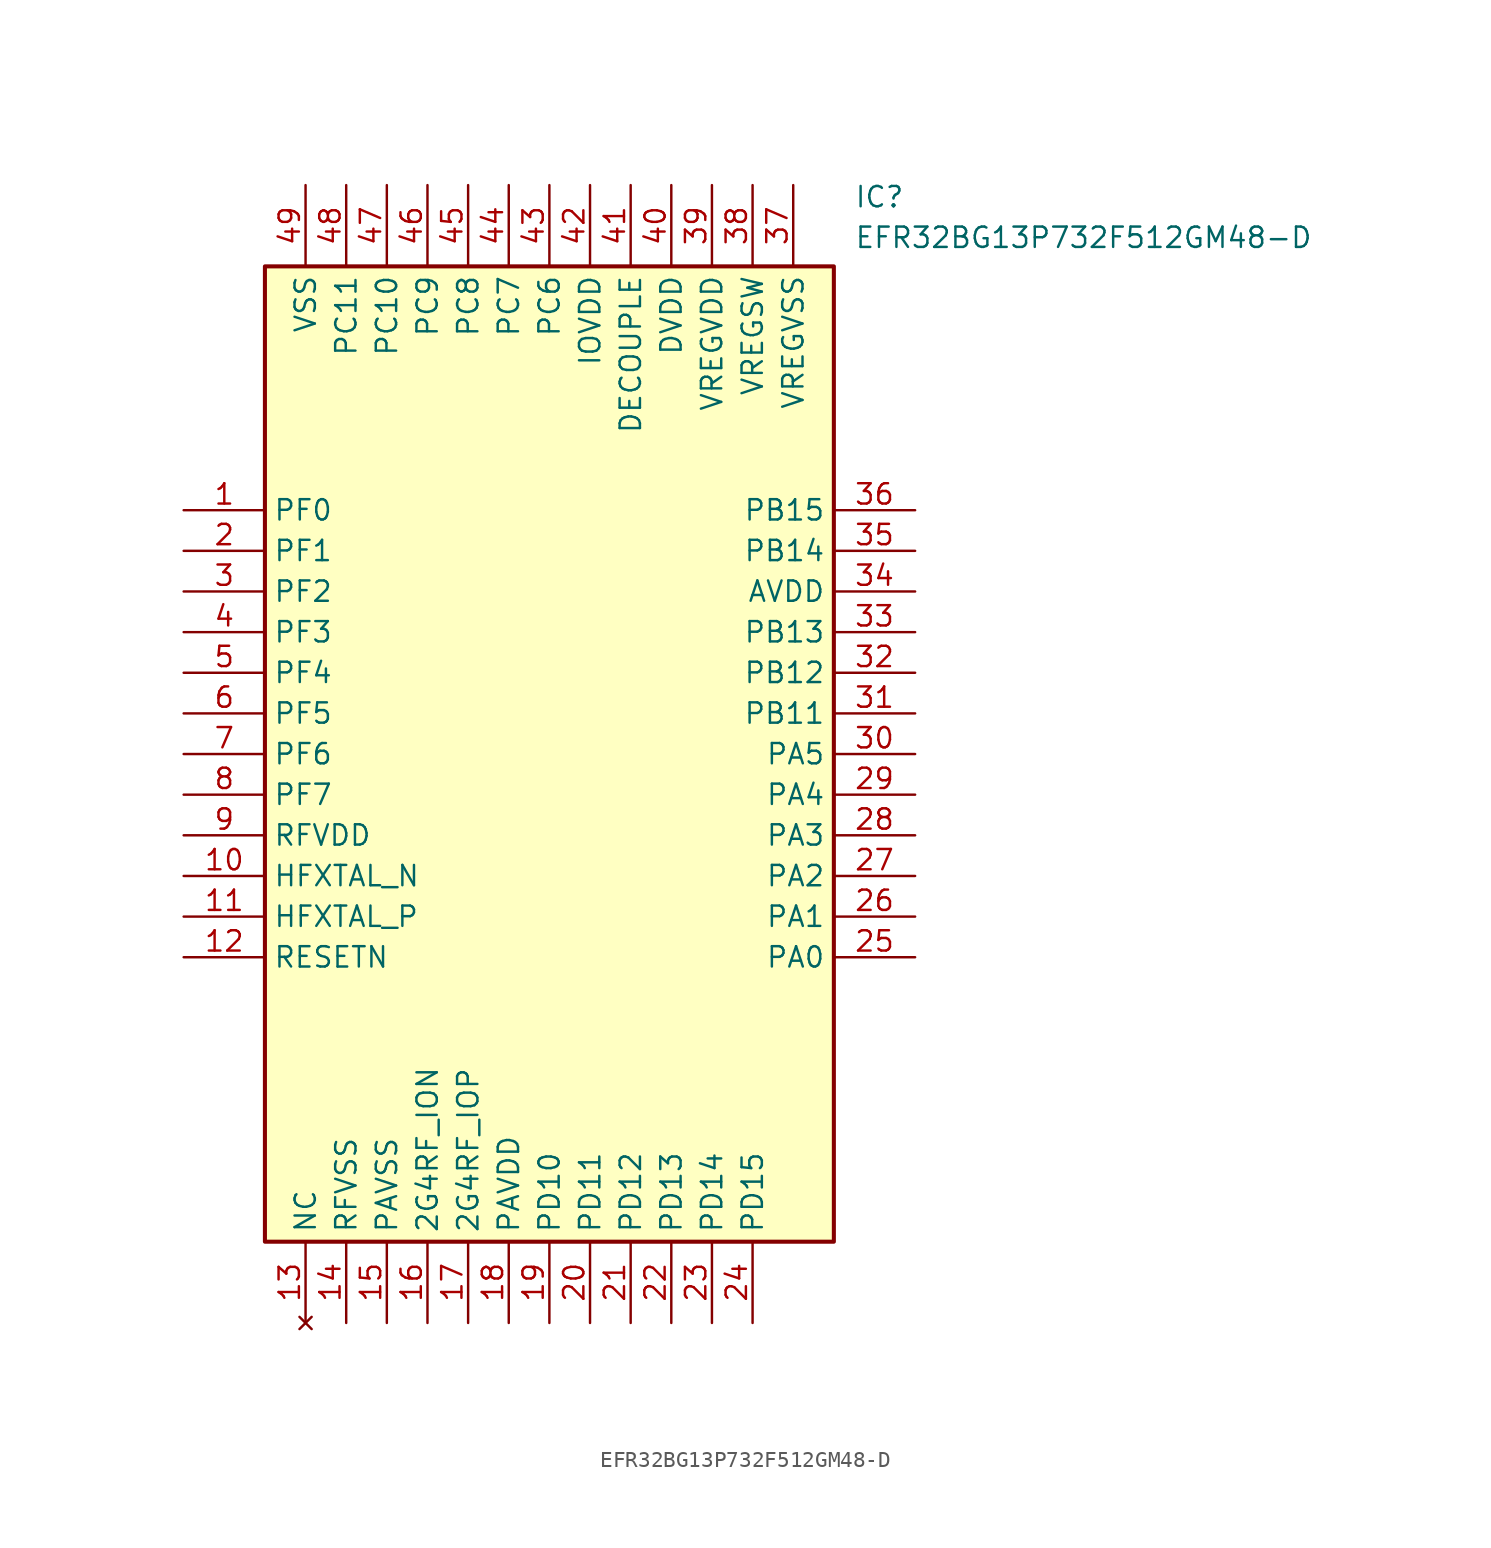
<source format=kicad_sym>
(kicad_symbol_lib
  (version 20211014)
  (generator SamacSys_ECAD_Model)
  (symbol "EFR32BG13P732F512GM48-D"
    (property "Reference" "IC"
      (at 41.91 20.32 0)
      (effects (font (size 1.27 1.27)) (justify left top)))
    (property "Value" "EFR32BG13P732F512GM48-D"
      (at 41.91 17.78 0)
      (effects (font (size 1.27 1.27)) (justify left top)))
    (rectangle
      (start 5.08 15.24)
      (end 40.64 -45.72)
      (stroke (width 0.254) (type default))
      (fill (type background)))
    (pin passive line
      (at 0 0 0)
      (length 5.08)
      (name "PF0" (effects (font (size 1.27 1.27))))
      (number "1" (effects (font (size 1.27 1.27)))))
    (pin passive line
      (at 0 -2.54 0)
      (length 5.08)
      (name "PF1" (effects (font (size 1.27 1.27))))
      (number "2" (effects (font (size 1.27 1.27)))))
    (pin passive line
      (at 0 -5.08 0)
      (length 5.08)
      (name "PF2" (effects (font (size 1.27 1.27))))
      (number "3" (effects (font (size 1.27 1.27)))))
    (pin passive line
      (at 0 -7.62 0)
      (length 5.08)
      (name "PF3" (effects (font (size 1.27 1.27))))
      (number "4" (effects (font (size 1.27 1.27)))))
    (pin passive line
      (at 0 -10.16 0)
      (length 5.08)
      (name "PF4" (effects (font (size 1.27 1.27))))
      (number "5" (effects (font (size 1.27 1.27)))))
    (pin passive line
      (at 0 -12.7 0)
      (length 5.08)
      (name "PF5" (effects (font (size 1.27 1.27))))
      (number "6" (effects (font (size 1.27 1.27)))))
    (pin passive line
      (at 0 -15.24 0)
      (length 5.08)
      (name "PF6" (effects (font (size 1.27 1.27))))
      (number "7" (effects (font (size 1.27 1.27)))))
    (pin passive line
      (at 0 -17.78 0)
      (length 5.08)
      (name "PF7" (effects (font (size 1.27 1.27))))
      (number "8" (effects (font (size 1.27 1.27)))))
    (pin passive line
      (at 0 -20.32 0)
      (length 5.08)
      (name "RFVDD" (effects (font (size 1.27 1.27))))
      (number "9" (effects (font (size 1.27 1.27)))))
    (pin passive line
      (at 0 -22.86 0)
      (length 5.08)
      (name "HFXTAL_N" (effects (font (size 1.27 1.27))))
      (number "10" (effects (font (size 1.27 1.27)))))
    (pin passive line
      (at 0 -25.4 0)
      (length 5.08)
      (name "HFXTAL_P" (effects (font (size 1.27 1.27))))
      (number "11" (effects (font (size 1.27 1.27)))))
    (pin passive line
      (at 0 -27.94 0)
      (length 5.08)
      (name "RESETN" (effects (font (size 1.27 1.27))))
      (number "12" (effects (font (size 1.27 1.27)))))
    (pin no_connect line
      (at 7.62 -50.8 90)
      (length 5.08)
      (name "NC" (effects (font (size 1.27 1.27))))
      (number "13" (effects (font (size 1.27 1.27)))))
    (pin passive line
      (at 10.16 -50.8 90)
      (length 5.08)
      (name "RFVSS" (effects (font (size 1.27 1.27))))
      (number "14" (effects (font (size 1.27 1.27)))))
    (pin passive line
      (at 12.7 -50.8 90)
      (length 5.08)
      (name "PAVSS" (effects (font (size 1.27 1.27))))
      (number "15" (effects (font (size 1.27 1.27)))))
    (pin passive line
      (at 15.24 -50.8 90)
      (length 5.08)
      (name "2G4RF_ION" (effects (font (size 1.27 1.27))))
      (number "16" (effects (font (size 1.27 1.27)))))
    (pin passive line
      (at 17.78 -50.8 90)
      (length 5.08)
      (name "2G4RF_IOP" (effects (font (size 1.27 1.27))))
      (number "17" (effects (font (size 1.27 1.27)))))
    (pin passive line
      (at 20.32 -50.8 90)
      (length 5.08)
      (name "PAVDD" (effects (font (size 1.27 1.27))))
      (number "18" (effects (font (size 1.27 1.27)))))
    (pin passive line
      (at 22.86 -50.8 90)
      (length 5.08)
      (name "PD10" (effects (font (size 1.27 1.27))))
      (number "19" (effects (font (size 1.27 1.27)))))
    (pin passive line
      (at 25.4 -50.8 90)
      (length 5.08)
      (name "PD11" (effects (font (size 1.27 1.27))))
      (number "20" (effects (font (size 1.27 1.27)))))
    (pin passive line
      (at 27.94 -50.8 90)
      (length 5.08)
      (name "PD12" (effects (font (size 1.27 1.27))))
      (number "21" (effects (font (size 1.27 1.27)))))
    (pin passive line
      (at 30.48 -50.8 90)
      (length 5.08)
      (name "PD13" (effects (font (size 1.27 1.27))))
      (number "22" (effects (font (size 1.27 1.27)))))
    (pin passive line
      (at 33.02 -50.8 90)
      (length 5.08)
      (name "PD14" (effects (font (size 1.27 1.27))))
      (number "23" (effects (font (size 1.27 1.27)))))
    (pin passive line
      (at 35.56 -50.8 90)
      (length 5.08)
      (name "PD15" (effects (font (size 1.27 1.27))))
      (number "24" (effects (font (size 1.27 1.27)))))
    (pin passive line
      (at 45.72 0 180)
      (length 5.08)
      (name "PB15" (effects (font (size 1.27 1.27))))
      (number "36" (effects (font (size 1.27 1.27)))))
    (pin passive line
      (at 45.72 -2.54 180)
      (length 5.08)
      (name "PB14" (effects (font (size 1.27 1.27))))
      (number "35" (effects (font (size 1.27 1.27)))))
    (pin passive line
      (at 45.72 -5.08 180)
      (length 5.08)
      (name "AVDD" (effects (font (size 1.27 1.27))))
      (number "34" (effects (font (size 1.27 1.27)))))
    (pin passive line
      (at 45.72 -7.62 180)
      (length 5.08)
      (name "PB13" (effects (font (size 1.27 1.27))))
      (number "33" (effects (font (size 1.27 1.27)))))
    (pin passive line
      (at 45.72 -10.16 180)
      (length 5.08)
      (name "PB12" (effects (font (size 1.27 1.27))))
      (number "32" (effects (font (size 1.27 1.27)))))
    (pin passive line
      (at 45.72 -12.7 180)
      (length 5.08)
      (name "PB11" (effects (font (size 1.27 1.27))))
      (number "31" (effects (font (size 1.27 1.27)))))
    (pin passive line
      (at 45.72 -15.24 180)
      (length 5.08)
      (name "PA5" (effects (font (size 1.27 1.27))))
      (number "30" (effects (font (size 1.27 1.27)))))
    (pin passive line
      (at 45.72 -17.78 180)
      (length 5.08)
      (name "PA4" (effects (font (size 1.27 1.27))))
      (number "29" (effects (font (size 1.27 1.27)))))
    (pin passive line
      (at 45.72 -20.32 180)
      (length 5.08)
      (name "PA3" (effects (font (size 1.27 1.27))))
      (number "28" (effects (font (size 1.27 1.27)))))
    (pin passive line
      (at 45.72 -22.86 180)
      (length 5.08)
      (name "PA2" (effects (font (size 1.27 1.27))))
      (number "27" (effects (font (size 1.27 1.27)))))
    (pin passive line
      (at 45.72 -25.4 180)
      (length 5.08)
      (name "PA1" (effects (font (size 1.27 1.27))))
      (number "26" (effects (font (size 1.27 1.27)))))
    (pin passive line
      (at 45.72 -27.94 180)
      (length 5.08)
      (name "PA0" (effects (font (size 1.27 1.27))))
      (number "25" (effects (font (size 1.27 1.27)))))
    (pin passive line
      (at 7.62 20.32 270)
      (length 5.08)
      (name "VSS" (effects (font (size 1.27 1.27))))
      (number "49" (effects (font (size 1.27 1.27)))))
    (pin passive line
      (at 10.16 20.32 270)
      (length 5.08)
      (name "PC11" (effects (font (size 1.27 1.27))))
      (number "48" (effects (font (size 1.27 1.27)))))
    (pin passive line
      (at 12.7 20.32 270)
      (length 5.08)
      (name "PC10" (effects (font (size 1.27 1.27))))
      (number "47" (effects (font (size 1.27 1.27)))))
    (pin passive line
      (at 15.24 20.32 270)
      (length 5.08)
      (name "PC9" (effects (font (size 1.27 1.27))))
      (number "46" (effects (font (size 1.27 1.27)))))
    (pin passive line
      (at 17.78 20.32 270)
      (length 5.08)
      (name "PC8" (effects (font (size 1.27 1.27))))
      (number "45" (effects (font (size 1.27 1.27)))))
    (pin passive line
      (at 20.32 20.32 270)
      (length 5.08)
      (name "PC7" (effects (font (size 1.27 1.27))))
      (number "44" (effects (font (size 1.27 1.27)))))
    (pin passive line
      (at 22.86 20.32 270)
      (length 5.08)
      (name "PC6" (effects (font (size 1.27 1.27))))
      (number "43" (effects (font (size 1.27 1.27)))))
    (pin passive line
      (at 25.4 20.32 270)
      (length 5.08)
      (name "IOVDD" (effects (font (size 1.27 1.27))))
      (number "42" (effects (font (size 1.27 1.27)))))
    (pin passive line
      (at 27.94 20.32 270)
      (length 5.08)
      (name "DECOUPLE" (effects (font (size 1.27 1.27))))
      (number "41" (effects (font (size 1.27 1.27)))))
    (pin passive line
      (at 30.48 20.32 270)
      (length 5.08)
      (name "DVDD" (effects (font (size 1.27 1.27))))
      (number "40" (effects (font (size 1.27 1.27)))))
    (pin passive line
      (at 33.02 20.32 270)
      (length 5.08)
      (name "VREGVDD" (effects (font (size 1.27 1.27))))
      (number "39" (effects (font (size 1.27 1.27)))))
    (pin passive line
      (at 35.56 20.32 270)
      (length 5.08)
      (name "VREGSW" (effects (font (size 1.27 1.27))))
      (number "38" (effects (font (size 1.27 1.27)))))
    (pin passive line
      (at 38.1 20.32 270)
      (length 5.08)
      (name "VREGVSS" (effects (font (size 1.27 1.27))))
      (number "37" (effects (font (size 1.27 1.27)))))))
</source>
